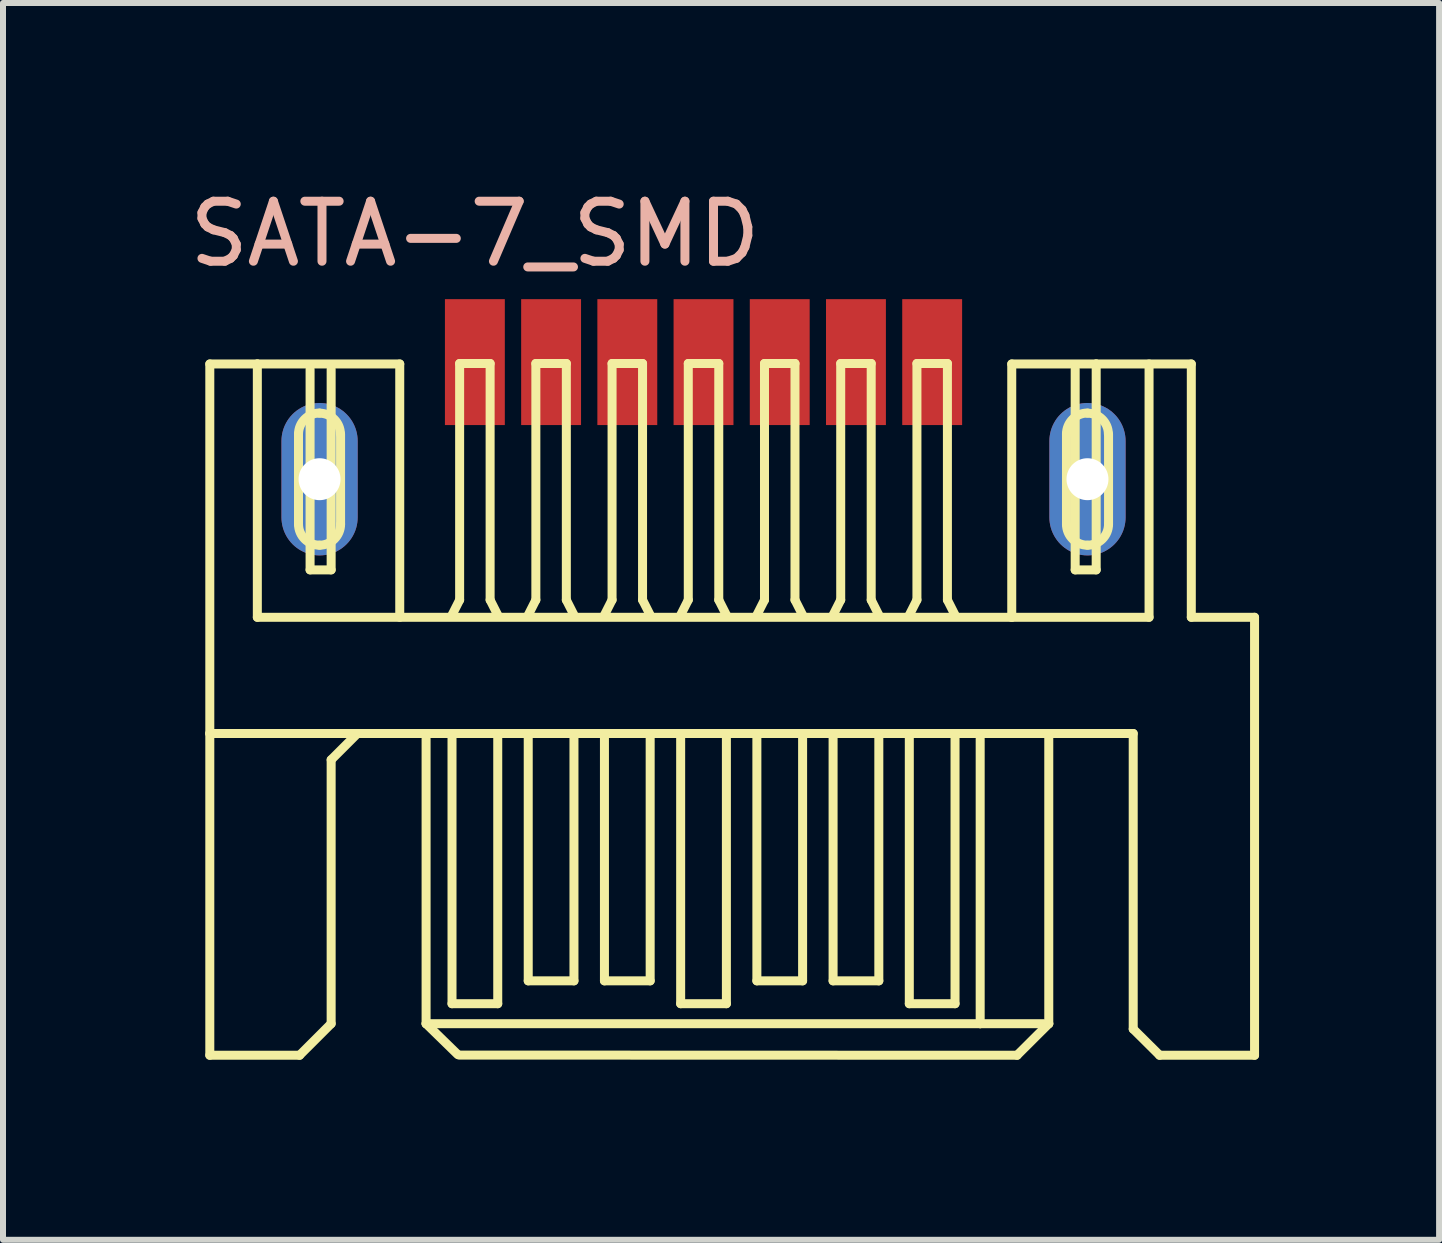
<source format=kicad_pcb>
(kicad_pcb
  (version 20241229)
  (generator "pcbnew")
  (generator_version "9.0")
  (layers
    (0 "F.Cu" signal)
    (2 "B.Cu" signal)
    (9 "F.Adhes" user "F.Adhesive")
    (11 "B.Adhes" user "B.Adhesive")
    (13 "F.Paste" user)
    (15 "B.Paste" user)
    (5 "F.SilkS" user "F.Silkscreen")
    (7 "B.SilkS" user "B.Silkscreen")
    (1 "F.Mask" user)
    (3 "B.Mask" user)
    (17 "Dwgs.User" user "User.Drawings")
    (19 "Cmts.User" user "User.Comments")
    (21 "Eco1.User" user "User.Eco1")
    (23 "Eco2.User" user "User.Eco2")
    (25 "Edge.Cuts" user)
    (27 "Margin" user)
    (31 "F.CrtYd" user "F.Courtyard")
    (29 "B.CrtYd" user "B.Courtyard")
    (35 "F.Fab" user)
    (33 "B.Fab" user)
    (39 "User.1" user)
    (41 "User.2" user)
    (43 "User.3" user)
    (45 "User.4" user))
  (footprint "SATA-7_SMD"
    (layer "F.Cu")
    (at 8.673 14.183)
    (property "Reference" "SATA-7_SMD" (at -3.81 -13.335 0) (layer "B.SilkS") (effects (font (size 1 1) (thickness 0.15))))
    (attr smd)
    (fp_line (start -8.227 -11.168) (end -7.435 -11.168) (stroke (width 0.15) (type solid)) (layer "F.SilkS"))
    (fp_line (start -8.227 -5.011) (end -8.227 -11.168) (stroke (width 0.15) (type solid)) (layer "F.SilkS"))
    (fp_line (start -8.227 -5.011) (end 5.753 -5.011) (stroke (width 0.15) (type solid)) (layer "F.SilkS"))
    (fp_line (start -8.227 0.351) (end -8.227 -5.011) (stroke (width 0.15) (type solid)) (layer "F.SilkS"))
    (fp_line (start -7.435 -11.168) (end -7.435 -6.947) (stroke (width 0.15) (type solid)) (layer "F.SilkS"))
    (fp_line (start -7.435 -11.168) (end -5.062 -11.168) (stroke (width 0.15) (type solid)) (layer "F.SilkS"))
    (fp_line (start -7.435 -6.947) (end 5.136 -6.947) (stroke (width 0.15) (type solid)) (layer "F.SilkS"))
    (fp_line (start -6.749 -8.499) (end -6.749 -10) (stroke (width 0.15) (type solid)) (layer "F.SilkS"))
    (fp_line (start -6.731 0.351) (end -8.227 0.351) (stroke (width 0.15) (type solid)) (layer "F.SilkS"))
    (fp_line (start -6.556 -11.079) (end -6.556 -7.737) (stroke (width 0.15) (type solid)) (layer "F.SilkS"))
    (fp_line (start -6.556 -7.737) (end -6.205 -7.737) (stroke (width 0.15) (type solid)) (layer "F.SilkS"))
    (fp_line (start -6.205 -7.737) (end -6.205 -11.079) (stroke (width 0.15) (type solid)) (layer "F.SilkS"))
    (fp_line (start -6.205 -4.572) (end -5.766 -5.011) (stroke (width 0.15) (type solid)) (layer "F.SilkS"))
    (fp_line (start -6.205 -0.175) (end -6.731 0.351) (stroke (width 0.15) (type solid)) (layer "F.SilkS"))
    (fp_line (start -6.205 -0.175) (end -6.205 -4.572) (stroke (width 0.15) (type solid)) (layer "F.SilkS"))
    (fp_line (start -6.048 -10) (end -6.048 -8.499) (stroke (width 0.15) (type solid)) (layer "F.SilkS"))
    (fp_line (start -5.062 -11.168) (end -5.062 -6.947) (stroke (width 0.15) (type solid)) (layer "F.SilkS"))
    (fp_line (start -4.623 -0.175) (end -4.623 -4.923) (stroke (width 0.15) (type solid)) (layer "F.SilkS"))
    (fp_line (start -4.191 -6.985) (end -4.064 -7.236) (stroke (width 0.15) (type solid)) (layer "F.SilkS"))
    (fp_line (start -4.191 -0.508) (end -4.191 -4.953) (stroke (width 0.15) (type solid)) (layer "F.SilkS"))
    (fp_line (start -4.097 0.338) (end -4.623 -0.175) (stroke (width 0.15) (type solid)) (layer "F.SilkS"))
    (fp_line (start -4.064 -11.176) (end -3.556 -11.176) (stroke (width 0.15) (type solid)) (layer "F.SilkS"))
    (fp_line (start -4.064 -7.236) (end -4.064 -11.176) (stroke (width 0.15) (type solid)) (layer "F.SilkS"))
    (fp_line (start -3.556 -11.176) (end -3.556 -7.236) (stroke (width 0.15) (type solid)) (layer "F.SilkS"))
    (fp_line (start -3.556 -7.236) (end -3.429 -6.985) (stroke (width 0.15) (type solid)) (layer "F.SilkS"))
    (fp_line (start -3.429 -4.953) (end -3.429 -0.508) (stroke (width 0.15) (type solid)) (layer "F.SilkS"))
    (fp_line (start -3.429 -0.508) (end -4.191 -0.508) (stroke (width 0.15) (type solid)) (layer "F.SilkS"))
    (fp_line (start -2.921 -6.985) (end -2.794 -7.236) (stroke (width 0.15) (type solid)) (layer "F.SilkS"))
    (fp_line (start -2.921 -4.953) (end -2.921 -0.889) (stroke (width 0.15) (type solid)) (layer "F.SilkS"))
    (fp_line (start -2.921 -0.889) (end -2.159 -0.889) (stroke (width 0.15) (type solid)) (layer "F.SilkS"))
    (fp_line (start -2.794 -11.176) (end -2.286 -11.176) (stroke (width 0.15) (type solid)) (layer "F.SilkS"))
    (fp_line (start -2.794 -7.236) (end -2.794 -11.176) (stroke (width 0.15) (type solid)) (layer "F.SilkS"))
    (fp_line (start -2.286 -11.176) (end -2.286 -7.236) (stroke (width 0.15) (type solid)) (layer "F.SilkS"))
    (fp_line (start -2.286 -7.236) (end -2.159 -6.985) (stroke (width 0.15) (type solid)) (layer "F.SilkS"))
    (fp_line (start -2.159 -0.889) (end -2.159 -4.953) (stroke (width 0.15) (type solid)) (layer "F.SilkS"))
    (fp_line (start -1.651 -6.985) (end -1.524 -7.236) (stroke (width 0.15) (type solid)) (layer "F.SilkS"))
    (fp_line (start -1.651 -4.953) (end -1.651 -0.889) (stroke (width 0.15) (type solid)) (layer "F.SilkS"))
    (fp_line (start -1.651 -0.889) (end -0.889 -0.889) (stroke (width 0.15) (type solid)) (layer "F.SilkS"))
    (fp_line (start -1.524 -11.176) (end -1.016 -11.176) (stroke (width 0.15) (type solid)) (layer "F.SilkS"))
    (fp_line (start -1.524 -7.236) (end -1.524 -11.176) (stroke (width 0.15) (type solid)) (layer "F.SilkS"))
    (fp_line (start -1.016 -11.176) (end -1.016 -7.236) (stroke (width 0.15) (type solid)) (layer "F.SilkS"))
    (fp_line (start -1.016 -7.236) (end -0.889 -6.985) (stroke (width 0.15) (type solid)) (layer "F.SilkS"))
    (fp_line (start -0.889 -0.889) (end -0.889 -4.953) (stroke (width 0.15) (type solid)) (layer "F.SilkS"))
    (fp_line (start -0.381 -6.985) (end -0.254 -7.236) (stroke (width 0.15) (type solid)) (layer "F.SilkS"))
    (fp_line (start -0.381 -4.953) (end -0.381 -0.508) (stroke (width 0.15) (type solid)) (layer "F.SilkS"))
    (fp_line (start -0.381 -0.508) (end 0.381 -0.508) (stroke (width 0.15) (type solid)) (layer "F.SilkS"))
    (fp_line (start -0.254 -11.176) (end 0.254 -11.176) (stroke (width 0.15) (type solid)) (layer "F.SilkS"))
    (fp_line (start -0.254 -7.236) (end -0.254 -11.176) (stroke (width 0.15) (type solid)) (layer "F.SilkS"))
    (fp_line (start 0.254 -11.176) (end 0.254 -7.236) (stroke (width 0.15) (type solid)) (layer "F.SilkS"))
    (fp_line (start 0.254 -7.236) (end 0.381 -6.985) (stroke (width 0.15) (type solid)) (layer "F.SilkS"))
    (fp_line (start 0.381 -0.508) (end 0.381 -4.953) (stroke (width 0.15) (type solid)) (layer "F.SilkS"))
    (fp_line (start 0.889 -6.985) (end 1.016 -7.236) (stroke (width 0.15) (type solid)) (layer "F.SilkS"))
    (fp_line (start 0.889 -4.953) (end 0.889 -0.889) (stroke (width 0.15) (type solid)) (layer "F.SilkS"))
    (fp_line (start 0.889 -0.889) (end 1.651 -0.889) (stroke (width 0.15) (type solid)) (layer "F.SilkS"))
    (fp_line (start 1.016 -11.176) (end 1.524 -11.176) (stroke (width 0.15) (type solid)) (layer "F.SilkS"))
    (fp_line (start 1.016 -7.236) (end 1.016 -11.176) (stroke (width 0.15) (type solid)) (layer "F.SilkS"))
    (fp_line (start 1.524 -11.176) (end 1.524 -7.236) (stroke (width 0.15) (type solid)) (layer "F.SilkS"))
    (fp_line (start 1.524 -7.236) (end 1.651 -6.985) (stroke (width 0.15) (type solid)) (layer "F.SilkS"))
    (fp_line (start 1.651 -0.889) (end 1.651 -4.953) (stroke (width 0.15) (type solid)) (layer "F.SilkS"))
    (fp_line (start 2.159 -6.985) (end 2.286 -7.236) (stroke (width 0.15) (type solid)) (layer "F.SilkS"))
    (fp_line (start 2.159 -4.953) (end 2.159 -0.889) (stroke (width 0.15) (type solid)) (layer "F.SilkS"))
    (fp_line (start 2.159 -0.889) (end 2.921 -0.889) (stroke (width 0.15) (type solid)) (layer "F.SilkS"))
    (fp_line (start 2.286 -11.176) (end 2.794 -11.176) (stroke (width 0.15) (type solid)) (layer "F.SilkS"))
    (fp_line (start 2.286 -7.236) (end 2.286 -11.176) (stroke (width 0.15) (type solid)) (layer "F.SilkS"))
    (fp_line (start 2.794 -11.176) (end 2.794 -7.236) (stroke (width 0.15) (type solid)) (layer "F.SilkS"))
    (fp_line (start 2.794 -7.236) (end 2.921 -6.985) (stroke (width 0.15) (type solid)) (layer "F.SilkS"))
    (fp_line (start 2.921 -0.889) (end 2.921 -4.953) (stroke (width 0.15) (type solid)) (layer "F.SilkS"))
    (fp_line (start 3.429 -6.985) (end 3.556 -7.236) (stroke (width 0.15) (type solid)) (layer "F.SilkS"))
    (fp_line (start 3.429 -4.953) (end 3.429 -0.508) (stroke (width 0.15) (type solid)) (layer "F.SilkS"))
    (fp_line (start 3.429 -0.508) (end 4.191 -0.508) (stroke (width 0.15) (type solid)) (layer "F.SilkS"))
    (fp_line (start 3.556 -11.176) (end 4.064 -11.176) (stroke (width 0.15) (type solid)) (layer "F.SilkS"))
    (fp_line (start 3.556 -7.236) (end 3.556 -11.176) (stroke (width 0.15) (type solid)) (layer "F.SilkS"))
    (fp_line (start 4.064 -11.176) (end 4.064 -7.236) (stroke (width 0.15) (type solid)) (layer "F.SilkS"))
    (fp_line (start 4.064 -7.236) (end 4.191 -6.985) (stroke (width 0.15) (type solid)) (layer "F.SilkS"))
    (fp_line (start 4.191 -0.508) (end 4.191 -4.953) (stroke (width 0.15) (type solid)) (layer "F.SilkS"))
    (fp_line (start 4.61 -0.175) (end -4.623 -0.175) (stroke (width 0.15) (type solid)) (layer "F.SilkS"))
    (fp_line (start 4.61 -0.175) (end 4.61 -4.923) (stroke (width 0.15) (type solid)) (layer "F.SilkS"))
    (fp_line (start 5.136 -11.168) (end 6.543 -11.168) (stroke (width 0.15) (type solid)) (layer "F.SilkS"))
    (fp_line (start 5.136 -6.947) (end 5.136 -11.168) (stroke (width 0.15) (type solid)) (layer "F.SilkS"))
    (fp_line (start 5.136 -6.947) (end 7.424 -6.947) (stroke (width 0.15) (type solid)) (layer "F.SilkS"))
    (fp_line (start 5.225 0.351) (end -4.074 0.348) (stroke (width 0.15) (type solid)) (layer "F.SilkS"))
    (fp_line (start 5.664 -0.175) (end 4.61 -0.175) (stroke (width 0.15) (type solid)) (layer "F.SilkS"))
    (fp_line (start 5.753 -5.011) (end 5.753 -0.175) (stroke (width 0.15) (type solid)) (layer "F.SilkS"))
    (fp_line (start 5.753 -0.175) (end 5.225 0.351) (stroke (width 0.15) (type solid)) (layer "F.SilkS"))
    (fp_line (start 5.753 -0.175) (end 5.753 -0.175) (stroke (width 0.15) (type solid)) (layer "F.SilkS"))
    (fp_line (start 6.048 -8.499) (end 6.048 -10) (stroke (width 0.15) (type solid)) (layer "F.SilkS"))
    (fp_line (start 6.193 -11.079) (end 6.193 -7.737) (stroke (width 0.15) (type solid)) (layer "F.SilkS"))
    (fp_line (start 6.193 -7.737) (end 6.543 -7.737) (stroke (width 0.15) (type solid)) (layer "F.SilkS"))
    (fp_line (start 6.543 -11.168) (end 8.128 -11.168) (stroke (width 0.15) (type solid)) (layer "F.SilkS"))
    (fp_line (start 6.543 -7.737) (end 6.543 -11.168) (stroke (width 0.15) (type solid)) (layer "F.SilkS"))
    (fp_line (start 6.749 -10) (end 6.749 -8.499) (stroke (width 0.15) (type solid)) (layer "F.SilkS"))
    (fp_line (start 7.16 -5.011) (end 5.753 -5.011) (stroke (width 0.15) (type solid)) (layer "F.SilkS"))
    (fp_line (start 7.16 -0.086) (end 7.16 -5.011) (stroke (width 0.15) (type solid)) (layer "F.SilkS"))
    (fp_line (start 7.424 -6.947) (end 7.424 -11.168) (stroke (width 0.15) (type solid)) (layer "F.SilkS"))
    (fp_line (start 7.6 0.351) (end 7.16 -0.086) (stroke (width 0.15) (type solid)) (layer "F.SilkS"))
    (fp_line (start 8.128 -11.168) (end 8.128 -6.947) (stroke (width 0.15) (type solid)) (layer "F.SilkS"))
    (fp_line (start 8.128 -6.947) (end 9.182 -6.947) (stroke (width 0.15) (type solid)) (layer "F.SilkS"))
    (fp_line (start 9.182 -6.947) (end 9.182 0.351) (stroke (width 0.15) (type solid)) (layer "F.SilkS"))
    (fp_line (start 9.182 0.351) (end 7.6 0.351) (stroke (width 0.15) (type solid)) (layer "F.SilkS"))
    (fp_arc (start -6.74878 -9.99998) (mid -6.646115 -10.247835) (end -6.39826 -10.3505) (stroke (width 0.15) (type solid)) (layer "F.SilkS"))
    (fp_arc (start -6.39826 -10.34796) (mid -6.152201 -10.246039) (end -6.05028 -9.99998) (stroke (width 0.15) (type solid)) (layer "F.SilkS"))
    (fp_arc (start -6.39826 -8.14832) (mid -6.646115 -8.250985) (end -6.74878 -8.49884) (stroke (width 0.15) (type solid)) (layer "F.SilkS"))
    (fp_arc (start -6.04774 -8.49884) (mid -6.150405 -8.250985) (end -6.39826 -8.14832) (stroke (width 0.15) (type solid)) (layer "F.SilkS"))
    (fp_arc (start 6.04774 -9.99998) (mid 6.150405 -10.247835) (end 6.39826 -10.3505) (stroke (width 0.15) (type solid)) (layer "F.SilkS"))
    (fp_arc (start 6.39826 -10.34796) (mid 6.644319 -10.246039) (end 6.74624 -9.99998) (stroke (width 0.15) (type solid)) (layer "F.SilkS"))
    (fp_arc (start 6.39826 -8.14832) (mid 6.150405 -8.250985) (end 6.04774 -8.49884) (stroke (width 0.15) (type solid)) (layer "F.SilkS"))
    (fp_arc (start 6.74878 -8.49884) (mid 6.646115 -8.250985) (end 6.39826 -8.14832) (stroke (width 0.15) (type solid)) (layer "F.SilkS"))
    (pad "1" smd rect (at -3.81 -11.199) (size 0.998 2.098) (layers "F.Cu" "F.Mask" "F.Paste"))
    (pad "2" smd rect (at -2.54 -11.199) (size 0.998 2.098) (layers "F.Cu" "F.Mask" "F.Paste"))
    (pad "3" smd rect (at -1.27 -11.199) (size 0.998 2.098) (layers "F.Cu" "F.Mask" "F.Paste"))
    (pad "4" smd rect (at 0 -11.199) (size 0.998 2.098) (layers "F.Cu" "F.Mask" "F.Paste"))
    (pad "5" smd rect (at 1.27 -11.199) (size 0.998 2.098) (layers "F.Cu" "F.Mask" "F.Paste"))
    (pad "6" smd rect (at 2.54 -11.199) (size 0.998 2.098) (layers "F.Cu" "F.Mask" "F.Paste"))
    (pad "7" smd rect (at 3.81 -11.199) (size 0.998 2.098) (layers "F.Cu" "F.Mask" "F.Paste"))
    (pad "M1" thru_hole oval (at -6.398 -9.248) (size 1.27 2.54) (drill 0.699) (layers "*.Cu" "F.Mask" "F.Paste"))
    (pad "M2" thru_hole oval (at 6.398 -9.248) (size 1.27 2.54) (drill 0.699) (layers "*.Cu" "F.Mask" "F.Paste")))
  (gr_rect
    (start -3 -3)
    (end 20.93 17.609)
    (stroke (width 0.1) (type default))
    (fill no)
    (layer "Edge.Cuts")))
</source>
